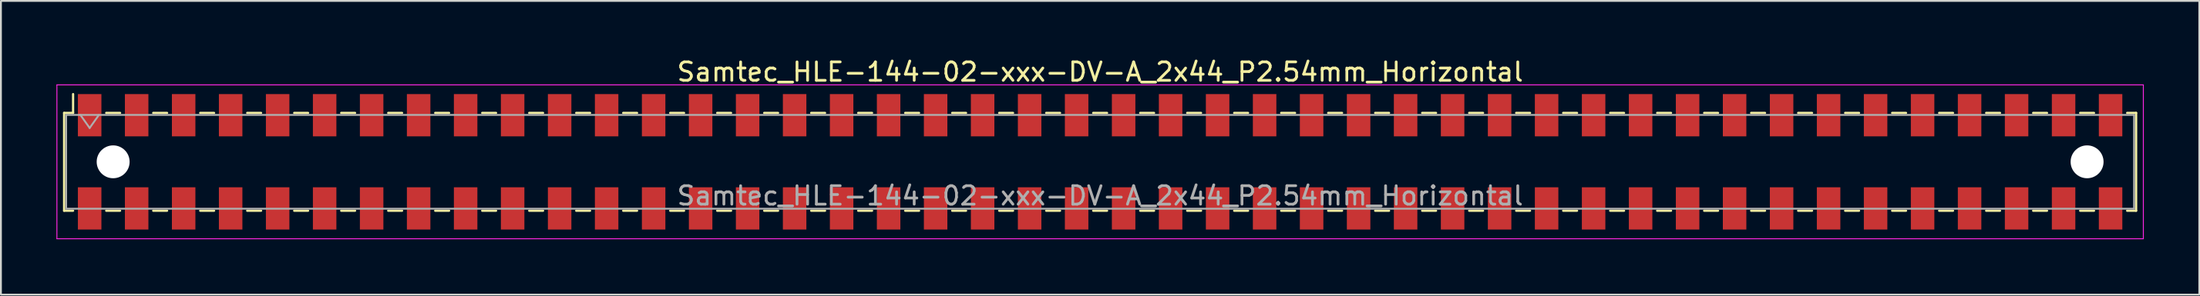
<source format=kicad_pcb>
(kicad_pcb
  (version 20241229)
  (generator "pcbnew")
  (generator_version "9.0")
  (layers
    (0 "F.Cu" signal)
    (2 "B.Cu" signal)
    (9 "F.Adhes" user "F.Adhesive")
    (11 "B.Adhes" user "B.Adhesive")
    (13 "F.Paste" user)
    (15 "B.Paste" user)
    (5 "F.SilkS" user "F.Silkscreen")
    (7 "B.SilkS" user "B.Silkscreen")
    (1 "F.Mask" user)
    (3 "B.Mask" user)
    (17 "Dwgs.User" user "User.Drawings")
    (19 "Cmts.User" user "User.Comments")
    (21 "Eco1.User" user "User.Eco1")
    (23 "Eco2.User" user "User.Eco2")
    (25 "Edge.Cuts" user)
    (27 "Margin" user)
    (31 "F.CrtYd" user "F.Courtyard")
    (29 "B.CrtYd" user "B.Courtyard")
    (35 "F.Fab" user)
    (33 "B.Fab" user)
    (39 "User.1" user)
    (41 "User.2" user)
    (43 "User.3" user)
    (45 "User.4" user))
  (footprint "Samtec_HLE-144-02-xxx-DV-A_2x44_P2.54mm_Horizontal"
    (layer "F.Cu")
    (at 56.405 5.718)
    (property "Reference" "Samtec_HLE-144-02-xxx-DV-A_2x44_P2.54mm_Horizontal" (at 0 -4.87 0) (layer "F.SilkS") (effects (font (size 1 1) (thickness 0.15))))
    (attr smd)
    (fp_line (start -55.99 -2.65) (end -55.99 2.65) (stroke (width 0.12) (type solid)) (layer "F.SilkS"))
    (fp_line (start -55.99 2.65) (end -55.505 2.65) (stroke (width 0.12) (type solid)) (layer "F.SilkS"))
    (fp_line (start -55.505 -3.67) (end -55.505 -2.65) (stroke (width 0.12) (type solid)) (layer "F.SilkS"))
    (fp_line (start -55.505 -2.65) (end -55.99 -2.65) (stroke (width 0.12) (type solid)) (layer "F.SilkS"))
    (fp_line (start -53.715 -2.65) (end -52.965 -2.65) (stroke (width 0.12) (type solid)) (layer "F.SilkS"))
    (fp_line (start -53.715 2.65) (end -52.965 2.65) (stroke (width 0.12) (type solid)) (layer "F.SilkS"))
    (fp_line (start -51.175 -2.65) (end -50.425 -2.65) (stroke (width 0.12) (type solid)) (layer "F.SilkS"))
    (fp_line (start -51.175 2.65) (end -50.425 2.65) (stroke (width 0.12) (type solid)) (layer "F.SilkS"))
    (fp_line (start -48.635 -2.65) (end -47.885 -2.65) (stroke (width 0.12) (type solid)) (layer "F.SilkS"))
    (fp_line (start -48.635 2.65) (end -47.885 2.65) (stroke (width 0.12) (type solid)) (layer "F.SilkS"))
    (fp_line (start -46.095 -2.65) (end -45.345 -2.65) (stroke (width 0.12) (type solid)) (layer "F.SilkS"))
    (fp_line (start -46.095 2.65) (end -45.345 2.65) (stroke (width 0.12) (type solid)) (layer "F.SilkS"))
    (fp_line (start -43.555 -2.65) (end -42.805 -2.65) (stroke (width 0.12) (type solid)) (layer "F.SilkS"))
    (fp_line (start -43.555 2.65) (end -42.805 2.65) (stroke (width 0.12) (type solid)) (layer "F.SilkS"))
    (fp_line (start -41.015 -2.65) (end -40.265 -2.65) (stroke (width 0.12) (type solid)) (layer "F.SilkS"))
    (fp_line (start -41.015 2.65) (end -40.265 2.65) (stroke (width 0.12) (type solid)) (layer "F.SilkS"))
    (fp_line (start -38.475 -2.65) (end -37.725 -2.65) (stroke (width 0.12) (type solid)) (layer "F.SilkS"))
    (fp_line (start -38.475 2.65) (end -37.725 2.65) (stroke (width 0.12) (type solid)) (layer "F.SilkS"))
    (fp_line (start -35.935 -2.65) (end -35.185 -2.65) (stroke (width 0.12) (type solid)) (layer "F.SilkS"))
    (fp_line (start -35.935 2.65) (end -35.185 2.65) (stroke (width 0.12) (type solid)) (layer "F.SilkS"))
    (fp_line (start -33.395 -2.65) (end -32.645 -2.65) (stroke (width 0.12) (type solid)) (layer "F.SilkS"))
    (fp_line (start -33.395 2.65) (end -32.645 2.65) (stroke (width 0.12) (type solid)) (layer "F.SilkS"))
    (fp_line (start -30.855 -2.65) (end -30.105 -2.65) (stroke (width 0.12) (type solid)) (layer "F.SilkS"))
    (fp_line (start -30.855 2.65) (end -30.105 2.65) (stroke (width 0.12) (type solid)) (layer "F.SilkS"))
    (fp_line (start -28.315 -2.65) (end -27.565 -2.65) (stroke (width 0.12) (type solid)) (layer "F.SilkS"))
    (fp_line (start -28.315 2.65) (end -27.565 2.65) (stroke (width 0.12) (type solid)) (layer "F.SilkS"))
    (fp_line (start -25.775 -2.65) (end -25.025 -2.65) (stroke (width 0.12) (type solid)) (layer "F.SilkS"))
    (fp_line (start -25.775 2.65) (end -25.025 2.65) (stroke (width 0.12) (type solid)) (layer "F.SilkS"))
    (fp_line (start -23.235 -2.65) (end -22.485 -2.65) (stroke (width 0.12) (type solid)) (layer "F.SilkS"))
    (fp_line (start -23.235 2.65) (end -22.485 2.65) (stroke (width 0.12) (type solid)) (layer "F.SilkS"))
    (fp_line (start -20.695 -2.65) (end -19.945 -2.65) (stroke (width 0.12) (type solid)) (layer "F.SilkS"))
    (fp_line (start -20.695 2.65) (end -19.945 2.65) (stroke (width 0.12) (type solid)) (layer "F.SilkS"))
    (fp_line (start -18.155 -2.65) (end -17.405 -2.65) (stroke (width 0.12) (type solid)) (layer "F.SilkS"))
    (fp_line (start -18.155 2.65) (end -17.405 2.65) (stroke (width 0.12) (type solid)) (layer "F.SilkS"))
    (fp_line (start -15.615 -2.65) (end -14.865 -2.65) (stroke (width 0.12) (type solid)) (layer "F.SilkS"))
    (fp_line (start -15.615 2.65) (end -14.865 2.65) (stroke (width 0.12) (type solid)) (layer "F.SilkS"))
    (fp_line (start -13.075 -2.65) (end -12.325 -2.65) (stroke (width 0.12) (type solid)) (layer "F.SilkS"))
    (fp_line (start -13.075 2.65) (end -12.325 2.65) (stroke (width 0.12) (type solid)) (layer "F.SilkS"))
    (fp_line (start -10.535 -2.65) (end -9.785 -2.65) (stroke (width 0.12) (type solid)) (layer "F.SilkS"))
    (fp_line (start -10.535 2.65) (end -9.785 2.65) (stroke (width 0.12) (type solid)) (layer "F.SilkS"))
    (fp_line (start -7.995 -2.65) (end -7.245 -2.65) (stroke (width 0.12) (type solid)) (layer "F.SilkS"))
    (fp_line (start -7.995 2.65) (end -7.245 2.65) (stroke (width 0.12) (type solid)) (layer "F.SilkS"))
    (fp_line (start -5.455 -2.65) (end -4.705 -2.65) (stroke (width 0.12) (type solid)) (layer "F.SilkS"))
    (fp_line (start -5.455 2.65) (end -4.705 2.65) (stroke (width 0.12) (type solid)) (layer "F.SilkS"))
    (fp_line (start -2.915 -2.65) (end -2.165 -2.65) (stroke (width 0.12) (type solid)) (layer "F.SilkS"))
    (fp_line (start -2.915 2.65) (end -2.165 2.65) (stroke (width 0.12) (type solid)) (layer "F.SilkS"))
    (fp_line (start -0.375 -2.65) (end 0.375 -2.65) (stroke (width 0.12) (type solid)) (layer "F.SilkS"))
    (fp_line (start -0.375 2.65) (end 0.375 2.65) (stroke (width 0.12) (type solid)) (layer "F.SilkS"))
    (fp_line (start 2.165 -2.65) (end 2.915 -2.65) (stroke (width 0.12) (type solid)) (layer "F.SilkS"))
    (fp_line (start 2.165 2.65) (end 2.915 2.65) (stroke (width 0.12) (type solid)) (layer "F.SilkS"))
    (fp_line (start 4.705 -2.65) (end 5.455 -2.65) (stroke (width 0.12) (type solid)) (layer "F.SilkS"))
    (fp_line (start 4.705 2.65) (end 5.455 2.65) (stroke (width 0.12) (type solid)) (layer "F.SilkS"))
    (fp_line (start 7.245 -2.65) (end 7.995 -2.65) (stroke (width 0.12) (type solid)) (layer "F.SilkS"))
    (fp_line (start 7.245 2.65) (end 7.995 2.65) (stroke (width 0.12) (type solid)) (layer "F.SilkS"))
    (fp_line (start 9.785 -2.65) (end 10.535 -2.65) (stroke (width 0.12) (type solid)) (layer "F.SilkS"))
    (fp_line (start 9.785 2.65) (end 10.535 2.65) (stroke (width 0.12) (type solid)) (layer "F.SilkS"))
    (fp_line (start 12.325 -2.65) (end 13.075 -2.65) (stroke (width 0.12) (type solid)) (layer "F.SilkS"))
    (fp_line (start 12.325 2.65) (end 13.075 2.65) (stroke (width 0.12) (type solid)) (layer "F.SilkS"))
    (fp_line (start 14.865 -2.65) (end 15.615 -2.65) (stroke (width 0.12) (type solid)) (layer "F.SilkS"))
    (fp_line (start 14.865 2.65) (end 15.615 2.65) (stroke (width 0.12) (type solid)) (layer "F.SilkS"))
    (fp_line (start 17.405 -2.65) (end 18.155 -2.65) (stroke (width 0.12) (type solid)) (layer "F.SilkS"))
    (fp_line (start 17.405 2.65) (end 18.155 2.65) (stroke (width 0.12) (type solid)) (layer "F.SilkS"))
    (fp_line (start 19.945 -2.65) (end 20.695 -2.65) (stroke (width 0.12) (type solid)) (layer "F.SilkS"))
    (fp_line (start 19.945 2.65) (end 20.695 2.65) (stroke (width 0.12) (type solid)) (layer "F.SilkS"))
    (fp_line (start 22.485 -2.65) (end 23.235 -2.65) (stroke (width 0.12) (type solid)) (layer "F.SilkS"))
    (fp_line (start 22.485 2.65) (end 23.235 2.65) (stroke (width 0.12) (type solid)) (layer "F.SilkS"))
    (fp_line (start 25.025 -2.65) (end 25.775 -2.65) (stroke (width 0.12) (type solid)) (layer "F.SilkS"))
    (fp_line (start 25.025 2.65) (end 25.775 2.65) (stroke (width 0.12) (type solid)) (layer "F.SilkS"))
    (fp_line (start 27.565 -2.65) (end 28.315 -2.65) (stroke (width 0.12) (type solid)) (layer "F.SilkS"))
    (fp_line (start 27.565 2.65) (end 28.315 2.65) (stroke (width 0.12) (type solid)) (layer "F.SilkS"))
    (fp_line (start 30.105 -2.65) (end 30.855 -2.65) (stroke (width 0.12) (type solid)) (layer "F.SilkS"))
    (fp_line (start 30.105 2.65) (end 30.855 2.65) (stroke (width 0.12) (type solid)) (layer "F.SilkS"))
    (fp_line (start 32.645 -2.65) (end 33.395 -2.65) (stroke (width 0.12) (type solid)) (layer "F.SilkS"))
    (fp_line (start 32.645 2.65) (end 33.395 2.65) (stroke (width 0.12) (type solid)) (layer "F.SilkS"))
    (fp_line (start 35.185 -2.65) (end 35.935 -2.65) (stroke (width 0.12) (type solid)) (layer "F.SilkS"))
    (fp_line (start 35.185 2.65) (end 35.935 2.65) (stroke (width 0.12) (type solid)) (layer "F.SilkS"))
    (fp_line (start 37.725 -2.65) (end 38.475 -2.65) (stroke (width 0.12) (type solid)) (layer "F.SilkS"))
    (fp_line (start 37.725 2.65) (end 38.475 2.65) (stroke (width 0.12) (type solid)) (layer "F.SilkS"))
    (fp_line (start 40.265 -2.65) (end 41.015 -2.65) (stroke (width 0.12) (type solid)) (layer "F.SilkS"))
    (fp_line (start 40.265 2.65) (end 41.015 2.65) (stroke (width 0.12) (type solid)) (layer "F.SilkS"))
    (fp_line (start 42.805 -2.65) (end 43.555 -2.65) (stroke (width 0.12) (type solid)) (layer "F.SilkS"))
    (fp_line (start 42.805 2.65) (end 43.555 2.65) (stroke (width 0.12) (type solid)) (layer "F.SilkS"))
    (fp_line (start 45.345 -2.65) (end 46.095 -2.65) (stroke (width 0.12) (type solid)) (layer "F.SilkS"))
    (fp_line (start 45.345 2.65) (end 46.095 2.65) (stroke (width 0.12) (type solid)) (layer "F.SilkS"))
    (fp_line (start 47.885 -2.65) (end 48.635 -2.65) (stroke (width 0.12) (type solid)) (layer "F.SilkS"))
    (fp_line (start 47.885 2.65) (end 48.635 2.65) (stroke (width 0.12) (type solid)) (layer "F.SilkS"))
    (fp_line (start 50.425 -2.65) (end 51.175 -2.65) (stroke (width 0.12) (type solid)) (layer "F.SilkS"))
    (fp_line (start 50.425 2.65) (end 51.175 2.65) (stroke (width 0.12) (type solid)) (layer "F.SilkS"))
    (fp_line (start 52.965 -2.65) (end 53.715 -2.65) (stroke (width 0.12) (type solid)) (layer "F.SilkS"))
    (fp_line (start 52.965 2.65) (end 53.715 2.65) (stroke (width 0.12) (type solid)) (layer "F.SilkS"))
    (fp_line (start 55.505 -2.65) (end 55.99 -2.65) (stroke (width 0.12) (type solid)) (layer "F.SilkS"))
    (fp_line (start 55.99 -2.65) (end 55.99 2.65) (stroke (width 0.12) (type solid)) (layer "F.SilkS"))
    (fp_line (start 55.99 2.65) (end 55.505 2.65) (stroke (width 0.12) (type solid)) (layer "F.SilkS"))
    (fp_line (start -56.38 -4.17) (end 56.38 -4.17) (stroke (width 0.05) (type solid)) (layer "F.CrtYd"))
    (fp_line (start -56.38 4.17) (end -56.38 -4.17) (stroke (width 0.05) (type solid)) (layer "F.CrtYd"))
    (fp_line (start 56.38 -4.17) (end 56.38 4.17) (stroke (width 0.05) (type solid)) (layer "F.CrtYd"))
    (fp_line (start 56.38 4.17) (end -56.38 4.17) (stroke (width 0.05) (type solid)) (layer "F.CrtYd"))
    (fp_line (start -55.88 -2.54) (end 55.88 -2.54) (stroke (width 0.1) (type solid)) (layer "F.Fab"))
    (fp_line (start -55.88 2.54) (end -55.88 -2.54) (stroke (width 0.1) (type solid)) (layer "F.Fab"))
    (fp_line (start -55.11 -2.54) (end -54.61 -1.833) (stroke (width 0.1) (type solid)) (layer "F.Fab"))
    (fp_line (start -54.61 -1.833) (end -54.11 -2.54) (stroke (width 0.1) (type solid)) (layer "F.Fab"))
    (fp_line (start 55.88 -2.54) (end 55.88 2.54) (stroke (width 0.1) (type solid)) (layer "F.Fab"))
    (fp_line (start 55.88 2.54) (end -55.88 2.54) (stroke (width 0.1) (type solid)) (layer "F.Fab"))
    (fp_text user "${REFERENCE}" (at 0 1.84 0) (layer "F.Fab") (effects (font (size 1 1) (thickness 0.15))))
    (pad "" np_thru_hole circle (at -53.34 0) (size 1.78 1.78) (drill 1.78) (layers "*.Cu" "*.Mask"))
    (pad "" np_thru_hole circle (at 53.34 0) (size 1.78 1.78) (drill 1.78) (layers "*.Cu" "*.Mask"))
    (pad "1" smd rect (at -54.61 -2.525) (size 1.27 2.29) (layers "F.Cu" "F.Mask" "F.Paste"))
    (pad "2" smd rect (at -54.61 2.525) (size 1.27 2.29) (layers "F.Cu" "F.Mask" "F.Paste"))
    (pad "3" smd rect (at -52.07 -2.525) (size 1.27 2.29) (layers "F.Cu" "F.Mask" "F.Paste"))
    (pad "4" smd rect (at -52.07 2.525) (size 1.27 2.29) (layers "F.Cu" "F.Mask" "F.Paste"))
    (pad "5" smd rect (at -49.53 -2.525) (size 1.27 2.29) (layers "F.Cu" "F.Mask" "F.Paste"))
    (pad "6" smd rect (at -49.53 2.525) (size 1.27 2.29) (layers "F.Cu" "F.Mask" "F.Paste"))
    (pad "7" smd rect (at -46.99 -2.525) (size 1.27 2.29) (layers "F.Cu" "F.Mask" "F.Paste"))
    (pad "8" smd rect (at -46.99 2.525) (size 1.27 2.29) (layers "F.Cu" "F.Mask" "F.Paste"))
    (pad "9" smd rect (at -44.45 -2.525) (size 1.27 2.29) (layers "F.Cu" "F.Mask" "F.Paste"))
    (pad "10" smd rect (at -44.45 2.525) (size 1.27 2.29) (layers "F.Cu" "F.Mask" "F.Paste"))
    (pad "11" smd rect (at -41.91 -2.525) (size 1.27 2.29) (layers "F.Cu" "F.Mask" "F.Paste"))
    (pad "12" smd rect (at -41.91 2.525) (size 1.27 2.29) (layers "F.Cu" "F.Mask" "F.Paste"))
    (pad "13" smd rect (at -39.37 -2.525) (size 1.27 2.29) (layers "F.Cu" "F.Mask" "F.Paste"))
    (pad "14" smd rect (at -39.37 2.525) (size 1.27 2.29) (layers "F.Cu" "F.Mask" "F.Paste"))
    (pad "15" smd rect (at -36.83 -2.525) (size 1.27 2.29) (layers "F.Cu" "F.Mask" "F.Paste"))
    (pad "16" smd rect (at -36.83 2.525) (size 1.27 2.29) (layers "F.Cu" "F.Mask" "F.Paste"))
    (pad "17" smd rect (at -34.29 -2.525) (size 1.27 2.29) (layers "F.Cu" "F.Mask" "F.Paste"))
    (pad "18" smd rect (at -34.29 2.525) (size 1.27 2.29) (layers "F.Cu" "F.Mask" "F.Paste"))
    (pad "19" smd rect (at -31.75 -2.525) (size 1.27 2.29) (layers "F.Cu" "F.Mask" "F.Paste"))
    (pad "20" smd rect (at -31.75 2.525) (size 1.27 2.29) (layers "F.Cu" "F.Mask" "F.Paste"))
    (pad "21" smd rect (at -29.21 -2.525) (size 1.27 2.29) (layers "F.Cu" "F.Mask" "F.Paste"))
    (pad "22" smd rect (at -29.21 2.525) (size 1.27 2.29) (layers "F.Cu" "F.Mask" "F.Paste"))
    (pad "23" smd rect (at -26.67 -2.525) (size 1.27 2.29) (layers "F.Cu" "F.Mask" "F.Paste"))
    (pad "24" smd rect (at -26.67 2.525) (size 1.27 2.29) (layers "F.Cu" "F.Mask" "F.Paste"))
    (pad "25" smd rect (at -24.13 -2.525) (size 1.27 2.29) (layers "F.Cu" "F.Mask" "F.Paste"))
    (pad "26" smd rect (at -24.13 2.525) (size 1.27 2.29) (layers "F.Cu" "F.Mask" "F.Paste"))
    (pad "27" smd rect (at -21.59 -2.525) (size 1.27 2.29) (layers "F.Cu" "F.Mask" "F.Paste"))
    (pad "28" smd rect (at -21.59 2.525) (size 1.27 2.29) (layers "F.Cu" "F.Mask" "F.Paste"))
    (pad "29" smd rect (at -19.05 -2.525) (size 1.27 2.29) (layers "F.Cu" "F.Mask" "F.Paste"))
    (pad "30" smd rect (at -19.05 2.525) (size 1.27 2.29) (layers "F.Cu" "F.Mask" "F.Paste"))
    (pad "31" smd rect (at -16.51 -2.525) (size 1.27 2.29) (layers "F.Cu" "F.Mask" "F.Paste"))
    (pad "32" smd rect (at -16.51 2.525) (size 1.27 2.29) (layers "F.Cu" "F.Mask" "F.Paste"))
    (pad "33" smd rect (at -13.97 -2.525) (size 1.27 2.29) (layers "F.Cu" "F.Mask" "F.Paste"))
    (pad "34" smd rect (at -13.97 2.525) (size 1.27 2.29) (layers "F.Cu" "F.Mask" "F.Paste"))
    (pad "35" smd rect (at -11.43 -2.525) (size 1.27 2.29) (layers "F.Cu" "F.Mask" "F.Paste"))
    (pad "36" smd rect (at -11.43 2.525) (size 1.27 2.29) (layers "F.Cu" "F.Mask" "F.Paste"))
    (pad "37" smd rect (at -8.89 -2.525) (size 1.27 2.29) (layers "F.Cu" "F.Mask" "F.Paste"))
    (pad "38" smd rect (at -8.89 2.525) (size 1.27 2.29) (layers "F.Cu" "F.Mask" "F.Paste"))
    (pad "39" smd rect (at -6.35 -2.525) (size 1.27 2.29) (layers "F.Cu" "F.Mask" "F.Paste"))
    (pad "40" smd rect (at -6.35 2.525) (size 1.27 2.29) (layers "F.Cu" "F.Mask" "F.Paste"))
    (pad "41" smd rect (at -3.81 -2.525) (size 1.27 2.29) (layers "F.Cu" "F.Mask" "F.Paste"))
    (pad "42" smd rect (at -3.81 2.525) (size 1.27 2.29) (layers "F.Cu" "F.Mask" "F.Paste"))
    (pad "43" smd rect (at -1.27 -2.525) (size 1.27 2.29) (layers "F.Cu" "F.Mask" "F.Paste"))
    (pad "44" smd rect (at -1.27 2.525) (size 1.27 2.29) (layers "F.Cu" "F.Mask" "F.Paste"))
    (pad "45" smd rect (at 1.27 -2.525) (size 1.27 2.29) (layers "F.Cu" "F.Mask" "F.Paste"))
    (pad "46" smd rect (at 1.27 2.525) (size 1.27 2.29) (layers "F.Cu" "F.Mask" "F.Paste"))
    (pad "47" smd rect (at 3.81 -2.525) (size 1.27 2.29) (layers "F.Cu" "F.Mask" "F.Paste"))
    (pad "48" smd rect (at 3.81 2.525) (size 1.27 2.29) (layers "F.Cu" "F.Mask" "F.Paste"))
    (pad "49" smd rect (at 6.35 -2.525) (size 1.27 2.29) (layers "F.Cu" "F.Mask" "F.Paste"))
    (pad "50" smd rect (at 6.35 2.525) (size 1.27 2.29) (layers "F.Cu" "F.Mask" "F.Paste"))
    (pad "51" smd rect (at 8.89 -2.525) (size 1.27 2.29) (layers "F.Cu" "F.Mask" "F.Paste"))
    (pad "52" smd rect (at 8.89 2.525) (size 1.27 2.29) (layers "F.Cu" "F.Mask" "F.Paste"))
    (pad "53" smd rect (at 11.43 -2.525) (size 1.27 2.29) (layers "F.Cu" "F.Mask" "F.Paste"))
    (pad "54" smd rect (at 11.43 2.525) (size 1.27 2.29) (layers "F.Cu" "F.Mask" "F.Paste"))
    (pad "55" smd rect (at 13.97 -2.525) (size 1.27 2.29) (layers "F.Cu" "F.Mask" "F.Paste"))
    (pad "56" smd rect (at 13.97 2.525) (size 1.27 2.29) (layers "F.Cu" "F.Mask" "F.Paste"))
    (pad "57" smd rect (at 16.51 -2.525) (size 1.27 2.29) (layers "F.Cu" "F.Mask" "F.Paste"))
    (pad "58" smd rect (at 16.51 2.525) (size 1.27 2.29) (layers "F.Cu" "F.Mask" "F.Paste"))
    (pad "59" smd rect (at 19.05 -2.525) (size 1.27 2.29) (layers "F.Cu" "F.Mask" "F.Paste"))
    (pad "60" smd rect (at 19.05 2.525) (size 1.27 2.29) (layers "F.Cu" "F.Mask" "F.Paste"))
    (pad "61" smd rect (at 21.59 -2.525) (size 1.27 2.29) (layers "F.Cu" "F.Mask" "F.Paste"))
    (pad "62" smd rect (at 21.59 2.525) (size 1.27 2.29) (layers "F.Cu" "F.Mask" "F.Paste"))
    (pad "63" smd rect (at 24.13 -2.525) (size 1.27 2.29) (layers "F.Cu" "F.Mask" "F.Paste"))
    (pad "64" smd rect (at 24.13 2.525) (size 1.27 2.29) (layers "F.Cu" "F.Mask" "F.Paste"))
    (pad "65" smd rect (at 26.67 -2.525) (size 1.27 2.29) (layers "F.Cu" "F.Mask" "F.Paste"))
    (pad "66" smd rect (at 26.67 2.525) (size 1.27 2.29) (layers "F.Cu" "F.Mask" "F.Paste"))
    (pad "67" smd rect (at 29.21 -2.525) (size 1.27 2.29) (layers "F.Cu" "F.Mask" "F.Paste"))
    (pad "68" smd rect (at 29.21 2.525) (size 1.27 2.29) (layers "F.Cu" "F.Mask" "F.Paste"))
    (pad "69" smd rect (at 31.75 -2.525) (size 1.27 2.29) (layers "F.Cu" "F.Mask" "F.Paste"))
    (pad "70" smd rect (at 31.75 2.525) (size 1.27 2.29) (layers "F.Cu" "F.Mask" "F.Paste"))
    (pad "71" smd rect (at 34.29 -2.525) (size 1.27 2.29) (layers "F.Cu" "F.Mask" "F.Paste"))
    (pad "72" smd rect (at 34.29 2.525) (size 1.27 2.29) (layers "F.Cu" "F.Mask" "F.Paste"))
    (pad "73" smd rect (at 36.83 -2.525) (size 1.27 2.29) (layers "F.Cu" "F.Mask" "F.Paste"))
    (pad "74" smd rect (at 36.83 2.525) (size 1.27 2.29) (layers "F.Cu" "F.Mask" "F.Paste"))
    (pad "75" smd rect (at 39.37 -2.525) (size 1.27 2.29) (layers "F.Cu" "F.Mask" "F.Paste"))
    (pad "76" smd rect (at 39.37 2.525) (size 1.27 2.29) (layers "F.Cu" "F.Mask" "F.Paste"))
    (pad "77" smd rect (at 41.91 -2.525) (size 1.27 2.29) (layers "F.Cu" "F.Mask" "F.Paste"))
    (pad "78" smd rect (at 41.91 2.525) (size 1.27 2.29) (layers "F.Cu" "F.Mask" "F.Paste"))
    (pad "79" smd rect (at 44.45 -2.525) (size 1.27 2.29) (layers "F.Cu" "F.Mask" "F.Paste"))
    (pad "80" smd rect (at 44.45 2.525) (size 1.27 2.29) (layers "F.Cu" "F.Mask" "F.Paste"))
    (pad "81" smd rect (at 46.99 -2.525) (size 1.27 2.29) (layers "F.Cu" "F.Mask" "F.Paste"))
    (pad "82" smd rect (at 46.99 2.525) (size 1.27 2.29) (layers "F.Cu" "F.Mask" "F.Paste"))
    (pad "83" smd rect (at 49.53 -2.525) (size 1.27 2.29) (layers "F.Cu" "F.Mask" "F.Paste"))
    (pad "84" smd rect (at 49.53 2.525) (size 1.27 2.29) (layers "F.Cu" "F.Mask" "F.Paste"))
    (pad "85" smd rect (at 52.07 -2.525) (size 1.27 2.29) (layers "F.Cu" "F.Mask" "F.Paste"))
    (pad "86" smd rect (at 52.07 2.525) (size 1.27 2.29) (layers "F.Cu" "F.Mask" "F.Paste"))
    (pad "87" smd rect (at 54.61 -2.525) (size 1.27 2.29) (layers "F.Cu" "F.Mask" "F.Paste"))
    (pad "88" smd rect (at 54.61 2.525) (size 1.27 2.29) (layers "F.Cu" "F.Mask" "F.Paste")))
  (gr_rect
    (start -3 -3)
    (end 115.81 12.913)
    (stroke (width 0.1) (type default))
    (fill no)
    (layer "Edge.Cuts")))
</source>
